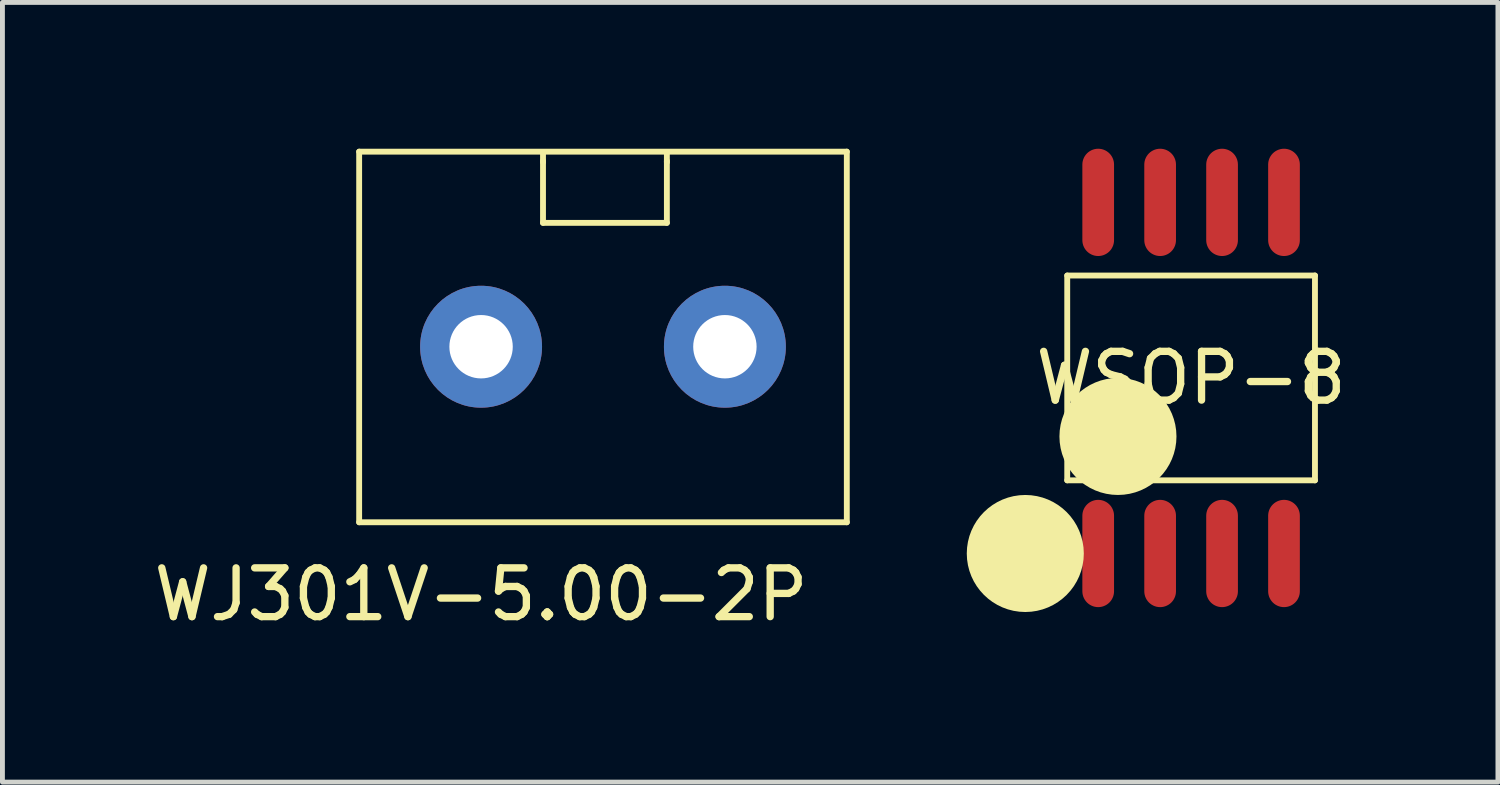
<source format=kicad_pcb>
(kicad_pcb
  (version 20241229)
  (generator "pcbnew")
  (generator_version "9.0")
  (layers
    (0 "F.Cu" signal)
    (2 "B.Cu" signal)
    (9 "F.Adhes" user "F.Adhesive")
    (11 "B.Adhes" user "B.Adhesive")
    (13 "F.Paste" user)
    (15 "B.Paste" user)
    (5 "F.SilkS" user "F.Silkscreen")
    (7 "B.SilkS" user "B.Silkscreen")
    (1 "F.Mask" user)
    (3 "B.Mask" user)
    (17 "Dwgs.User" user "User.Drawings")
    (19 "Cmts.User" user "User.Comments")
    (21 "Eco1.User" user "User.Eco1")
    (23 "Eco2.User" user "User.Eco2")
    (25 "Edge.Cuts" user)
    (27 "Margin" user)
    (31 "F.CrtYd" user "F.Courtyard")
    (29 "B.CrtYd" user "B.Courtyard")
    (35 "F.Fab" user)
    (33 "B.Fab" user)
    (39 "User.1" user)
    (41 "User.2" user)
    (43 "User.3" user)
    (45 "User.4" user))
  (footprint "WSOP-8"
    (layer "F.Cu")
    (at 21.375 4.7)
    (property "Reference" "WSOP-8" (at 0 0 0) (layer "F.SilkS") (effects (font (size 1 1) (thickness 0.15))))
    (attr through_hole)
    (fp_line (start -2.54 -2.1) (end 2.54 -2.1) (stroke (width 0.12) (type solid)) (layer "F.SilkS"))
    (fp_line (start -2.54 2.1) (end -2.54 -2.1) (stroke (width 0.12) (type solid)) (layer "F.SilkS"))
    (fp_line (start 2.54 -2.1) (end 2.54 2.1) (stroke (width 0.12) (type solid)) (layer "F.SilkS"))
    (fp_line (start 2.54 2.1) (end -2.54 2.1) (stroke (width 0.12) (type solid)) (layer "F.SilkS"))
    (fp_circle (center -3.4 3.6) (end -3.4 3.6) (stroke (width 1.2) (type solid)) (fill no) (layer "F.SilkS"))
    (fp_circle (center -1.5 1.2) (end -1.5 1.2) (stroke (width 1.2) (type solid)) (fill no) (layer "F.SilkS"))
    (pad "1" smd oval (at -1.905 3.6) (size 0.65 2.2) (layers "F.Cu" "F.Mask" "F.Paste"))
    (pad "2" smd oval (at -0.635 3.6) (size 0.65 2.2) (layers "F.Cu" "F.Mask" "F.Paste"))
    (pad "3" smd oval (at 0.635 3.6) (size 0.65 2.2) (layers "F.Cu" "F.Mask" "F.Paste"))
    (pad "4" smd oval (at 1.905 3.6) (size 0.65 2.2) (layers "F.Cu" "F.Mask" "F.Paste"))
    (pad "5" smd oval (at 1.905 -3.6) (size 0.65 2.2) (layers "F.Cu" "F.Mask" "F.Paste"))
    (pad "6" smd oval (at 0.635 -3.6) (size 0.65 2.2) (layers "F.Cu" "F.Mask" "F.Paste"))
    (pad "7" smd oval (at -0.635 -3.6) (size 0.65 2.2) (layers "F.Cu" "F.Mask" "F.Paste"))
    (pad "8" smd oval (at -1.905 -3.6) (size 0.65 2.2) (layers "F.Cu" "F.Mask" "F.Paste")))
  (footprint "WJ301V-5.00-2P"
    (layer "F.Cu")
    (at 6.815 4.06)
    (property "Reference" "WJ301V-5.00-2P" (at 0 5.08 0) (layer "F.SilkS") (effects (font (size 1 1) (thickness 0.15))))
    (attr through_hole)
    (fp_line (start -2.5 -4) (end -2.5 3.6) (stroke (width 0.12) (type solid)) (layer "F.SilkS"))
    (fp_line (start -2.5 -4) (end 7.5 -4) (stroke (width 0.12) (type solid)) (layer "F.SilkS"))
    (fp_line (start -2.5 3.6) (end 7.5 3.6) (stroke (width 0.12) (type solid)) (layer "F.SilkS"))
    (fp_line (start 1.27 -3.785) (end 1.27 -3.988) (stroke (width 0.12) (type solid)) (layer "F.SilkS"))
    (fp_line (start 1.27 -2.54) (end 1.27 -3.81) (stroke (width 0.12) (type solid)) (layer "F.SilkS"))
    (fp_line (start 1.27 -2.54) (end 3.81 -2.54) (stroke (width 0.12) (type solid)) (layer "F.SilkS"))
    (fp_line (start 3.81 -3.785) (end 3.81 -3.988) (stroke (width 0.12) (type solid)) (layer "F.SilkS"))
    (fp_line (start 3.81 -2.54) (end 3.81 -3.81) (stroke (width 0.12) (type solid)) (layer "F.SilkS"))
    (fp_line (start 7.5 3.6) (end 7.5 -4) (stroke (width 0.12) (type solid)) (layer "F.SilkS"))
    (pad "1" thru_hole circle (at 0 0) (size 2.5 2.5) (drill 1.3) (layers "*.Cu" "*.Mask"))
    (pad "2" thru_hole circle (at 5 0) (size 2.5 2.5) (drill 1.3) (layers "*.Cu" "*.Mask")))
  (gr_rect
    (start -3 -3)
    (end 27.667 12.988)
    (stroke (width 0.1) (type default))
    (fill no)
    (layer "Edge.Cuts")))
</source>
